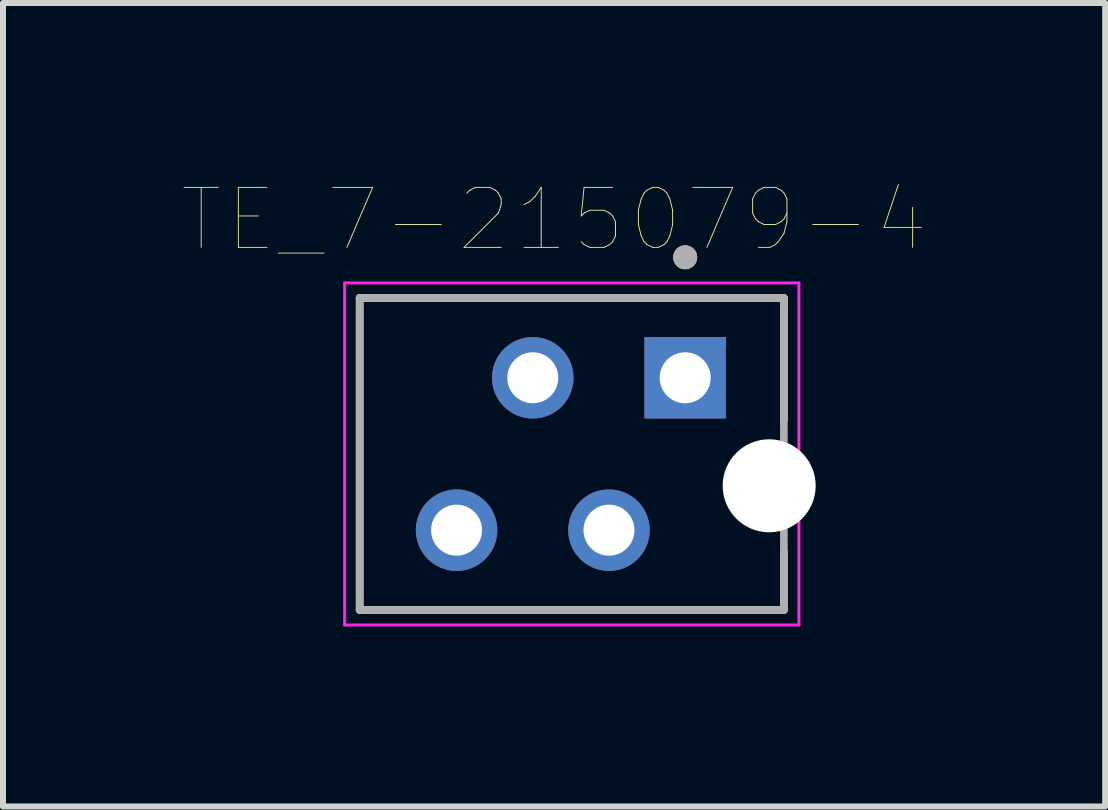
<source format=kicad_pcb>
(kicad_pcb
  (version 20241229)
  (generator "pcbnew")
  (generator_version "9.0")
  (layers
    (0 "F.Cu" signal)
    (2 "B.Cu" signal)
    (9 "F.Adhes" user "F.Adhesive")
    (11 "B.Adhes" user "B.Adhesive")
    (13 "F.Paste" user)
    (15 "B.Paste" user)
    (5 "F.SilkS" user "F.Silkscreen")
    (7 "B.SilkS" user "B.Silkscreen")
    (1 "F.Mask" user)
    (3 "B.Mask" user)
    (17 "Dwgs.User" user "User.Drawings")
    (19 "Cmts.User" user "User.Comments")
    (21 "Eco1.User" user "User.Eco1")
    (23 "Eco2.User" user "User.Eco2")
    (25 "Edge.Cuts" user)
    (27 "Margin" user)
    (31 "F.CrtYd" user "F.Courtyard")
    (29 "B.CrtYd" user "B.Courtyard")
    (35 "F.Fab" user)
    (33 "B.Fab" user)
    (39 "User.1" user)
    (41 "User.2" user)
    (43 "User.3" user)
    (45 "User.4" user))
  (footprint "TE_7-215079-4"
    (layer "F.Cu")
    (at 8.369 3.246)
    (property "Reference" "TE_7-215079-4" (at -2.185 -2.635 0) (layer "F.SilkS") (effects (font (size 1 1) (thickness 0.015))))
    (attr through_hole)
    (fp_line (start -5.425 -1.33) (end 1.645 -1.33) (stroke (width 0.127) (type solid)) (layer "F.SilkS"))
    (fp_line (start -5.425 3.87) (end -5.425 -1.33) (stroke (width 0.127) (type solid)) (layer "F.SilkS"))
    (fp_line (start 1.645 -1.33) (end 1.645 0.7) (stroke (width 0.127) (type solid)) (layer "F.SilkS"))
    (fp_line (start 1.645 2.9) (end 1.645 3.87) (stroke (width 0.127) (type solid)) (layer "F.SilkS"))
    (fp_line (start 1.645 3.87) (end -5.425 3.87) (stroke (width 0.127) (type solid)) (layer "F.SilkS"))
    (fp_circle (center 0 -2.008) (end 0.1 -2.008) (stroke (width 0.2) (type solid)) (fill no) (layer "F.SilkS"))
    (fp_line (start -5.675 -1.58) (end 1.895 -1.58) (stroke (width 0.05) (type solid)) (layer "F.CrtYd"))
    (fp_line (start -5.675 4.12) (end -5.675 -1.58) (stroke (width 0.05) (type solid)) (layer "F.CrtYd"))
    (fp_line (start 1.895 -1.58) (end 1.895 4.12) (stroke (width 0.05) (type solid)) (layer "F.CrtYd"))
    (fp_line (start 1.895 4.12) (end -5.675 4.12) (stroke (width 0.05) (type solid)) (layer "F.CrtYd"))
    (fp_line (start -5.425 -1.33) (end 1.645 -1.33) (stroke (width 0.127) (type solid)) (layer "F.Fab"))
    (fp_line (start -5.425 3.87) (end -5.425 -1.33) (stroke (width 0.127) (type solid)) (layer "F.Fab"))
    (fp_line (start 1.645 -1.33) (end 1.645 3.87) (stroke (width 0.127) (type solid)) (layer "F.Fab"))
    (fp_line (start 1.645 3.87) (end -5.425 3.87) (stroke (width 0.127) (type solid)) (layer "F.Fab"))
    (fp_circle (center 0 -2.008) (end 0.1 -2.008) (stroke (width 0.2) (type solid)) (fill no) (layer "F.Fab"))
    (pad "" np_thru_hole circle (at 1.4 1.8) (size 1.55 1.55) (drill 1.55) (layers "*.Cu" "*.Mask"))
    (pad "1" thru_hole rect (at 0 0) (size 1.358 1.358) (drill 0.85) (layers "*.Cu" "*.Mask"))
    (pad "2" thru_hole circle (at -1.27 2.54) (size 1.358 1.358) (drill 0.85) (layers "*.Cu" "*.Mask"))
    (pad "3" thru_hole circle (at -2.54 0) (size 1.358 1.358) (drill 0.85) (layers "*.Cu" "*.Mask"))
    (pad "4" thru_hole circle (at -3.81 2.54) (size 1.358 1.358) (drill 0.85) (layers "*.Cu" "*.Mask")))
  (gr_rect
    (start -3 -3)
    (end 15.369 10.391)
    (stroke (width 0.1) (type default))
    (fill no)
    (layer "Edge.Cuts")))
</source>
